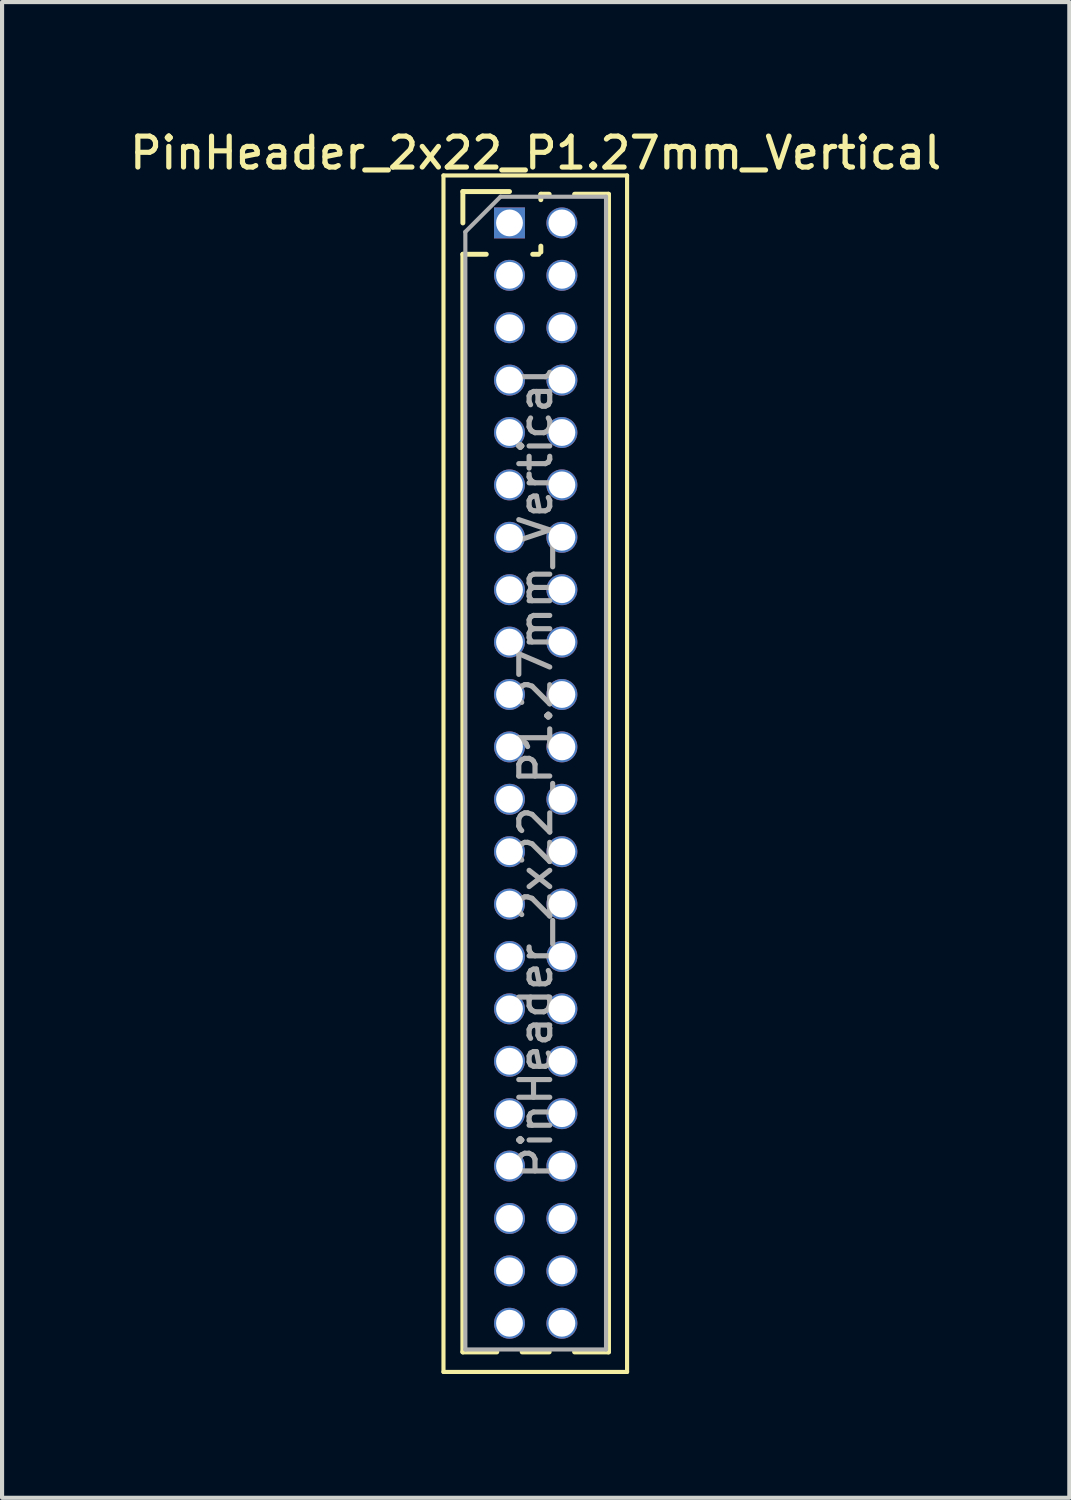
<source format=kicad_pcb>
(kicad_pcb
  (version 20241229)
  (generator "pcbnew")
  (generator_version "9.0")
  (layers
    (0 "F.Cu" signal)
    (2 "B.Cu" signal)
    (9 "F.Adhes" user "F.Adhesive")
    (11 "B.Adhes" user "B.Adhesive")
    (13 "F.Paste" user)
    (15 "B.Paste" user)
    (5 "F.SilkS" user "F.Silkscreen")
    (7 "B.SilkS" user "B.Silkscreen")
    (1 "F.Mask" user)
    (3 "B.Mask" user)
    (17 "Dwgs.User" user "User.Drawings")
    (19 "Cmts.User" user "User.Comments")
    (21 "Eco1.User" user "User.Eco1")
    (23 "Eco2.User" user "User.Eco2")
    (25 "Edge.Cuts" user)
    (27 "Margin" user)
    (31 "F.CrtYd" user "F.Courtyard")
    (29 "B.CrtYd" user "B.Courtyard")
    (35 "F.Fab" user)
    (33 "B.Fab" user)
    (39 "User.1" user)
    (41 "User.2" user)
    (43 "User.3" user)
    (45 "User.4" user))
  (footprint "PinHeader_2x22_P1.27mm_Vertical"
    (layer "F.Cu")
    (at 9.299 2.353)
    (property "Reference" "PinHeader_2x22_P1.27mm_Vertical" (at 0.635 -1.695 0) (layer "F.SilkS") (effects (font (size 0.75 0.75) (thickness 0.125))))
    (attr through_hole)
    (fp_line (start -1.6 -1.15) (end -1.6 27.85) (stroke (width 0.1) (type solid)) (layer "F.SilkS"))
    (fp_line (start -1.6 27.85) (end 2.85 27.85) (stroke (width 0.1) (type solid)) (layer "F.SilkS"))
    (fp_line (start -1.13 -0.76) (end 0 -0.76) (stroke (width 0.12) (type solid)) (layer "F.SilkS"))
    (fp_line (start -1.13 0) (end -1.13 -0.76) (stroke (width 0.12) (type solid)) (layer "F.SilkS"))
    (fp_line (start -1.13 0.76) (end -1.13 27.365) (stroke (width 0.12) (type solid)) (layer "F.SilkS"))
    (fp_line (start -1.13 0.76) (end -0.563 0.76) (stroke (width 0.12) (type solid)) (layer "F.SilkS"))
    (fp_line (start -1.13 27.365) (end -0.308 27.365) (stroke (width 0.12) (type solid)) (layer "F.SilkS"))
    (fp_line (start 0.308 27.365) (end 0.962 27.365) (stroke (width 0.12) (type solid)) (layer "F.SilkS"))
    (fp_line (start 0.563 0.76) (end 0.707 0.76) (stroke (width 0.12) (type solid)) (layer "F.SilkS"))
    (fp_line (start 0.76 -0.695) (end 0.962 -0.695) (stroke (width 0.12) (type solid)) (layer "F.SilkS"))
    (fp_line (start 0.76 -0.563) (end 0.76 -0.695) (stroke (width 0.12) (type solid)) (layer "F.SilkS"))
    (fp_line (start 0.76 0.707) (end 0.76 0.563) (stroke (width 0.12) (type solid)) (layer "F.SilkS"))
    (fp_line (start 1.578 -0.695) (end 2.4 -0.695) (stroke (width 0.12) (type solid)) (layer "F.SilkS"))
    (fp_line (start 1.578 27.365) (end 2.4 27.365) (stroke (width 0.12) (type solid)) (layer "F.SilkS"))
    (fp_line (start 2.4 -0.695) (end 2.4 27.365) (stroke (width 0.12) (type solid)) (layer "F.SilkS"))
    (fp_line (start 2.85 -1.15) (end -1.6 -1.15) (stroke (width 0.1) (type solid)) (layer "F.SilkS"))
    (fp_line (start 2.85 27.85) (end 2.85 -1.15) (stroke (width 0.1) (type solid)) (layer "F.SilkS"))
    (fp_line (start -1.07 0.217) (end -0.217 -0.635) (stroke (width 0.1) (type solid)) (layer "F.Fab"))
    (fp_line (start -1.07 27.305) (end -1.07 0.217) (stroke (width 0.1) (type solid)) (layer "F.Fab"))
    (fp_line (start -0.217 -0.635) (end 2.34 -0.635) (stroke (width 0.1) (type solid)) (layer "F.Fab"))
    (fp_line (start 2.34 -0.635) (end 2.34 27.305) (stroke (width 0.1) (type solid)) (layer "F.Fab"))
    (fp_line (start 2.34 27.305) (end -1.07 27.305) (stroke (width 0.1) (type solid)) (layer "F.Fab"))
    (fp_text user "${REFERENCE}" (at 0.635 13.335 90) (layer "F.Fab") (effects (font (size 0.75 0.75) (thickness 0.125))))
    (pad "1" thru_hole rect (at 0 0) (size 0.75 0.75) (drill 0.65) (layers "*.Cu" "*.Mask"))
    (pad "2" thru_hole oval (at 1.27 0) (size 0.75 0.75) (drill 0.65) (layers "*.Cu" "*.Mask"))
    (pad "3" thru_hole oval (at 0 1.27) (size 0.75 0.75) (drill 0.65) (layers "*.Cu" "*.Mask"))
    (pad "4" thru_hole oval (at 1.27 1.27) (size 0.75 0.75) (drill 0.65) (layers "*.Cu" "*.Mask"))
    (pad "5" thru_hole oval (at 0 2.54) (size 0.75 0.75) (drill 0.65) (layers "*.Cu" "*.Mask"))
    (pad "6" thru_hole oval (at 1.27 2.54) (size 0.75 0.75) (drill 0.65) (layers "*.Cu" "*.Mask"))
    (pad "7" thru_hole oval (at 0 3.81) (size 0.75 0.75) (drill 0.65) (layers "*.Cu" "*.Mask"))
    (pad "8" thru_hole oval (at 1.27 3.81) (size 0.75 0.75) (drill 0.65) (layers "*.Cu" "*.Mask"))
    (pad "9" thru_hole oval (at 0 5.08) (size 0.75 0.75) (drill 0.65) (layers "*.Cu" "*.Mask"))
    (pad "10" thru_hole oval (at 1.27 5.08) (size 0.75 0.75) (drill 0.65) (layers "*.Cu" "*.Mask"))
    (pad "11" thru_hole oval (at 0 6.35) (size 0.75 0.75) (drill 0.65) (layers "*.Cu" "*.Mask"))
    (pad "12" thru_hole oval (at 1.27 6.35) (size 0.75 0.75) (drill 0.65) (layers "*.Cu" "*.Mask"))
    (pad "13" thru_hole oval (at 0 7.62) (size 0.75 0.75) (drill 0.65) (layers "*.Cu" "*.Mask"))
    (pad "14" thru_hole oval (at 1.27 7.62) (size 0.75 0.75) (drill 0.65) (layers "*.Cu" "*.Mask"))
    (pad "15" thru_hole oval (at 0 8.89) (size 0.75 0.75) (drill 0.65) (layers "*.Cu" "*.Mask"))
    (pad "16" thru_hole oval (at 1.27 8.89) (size 0.75 0.75) (drill 0.65) (layers "*.Cu" "*.Mask"))
    (pad "17" thru_hole oval (at 0 10.16) (size 0.75 0.75) (drill 0.65) (layers "*.Cu" "*.Mask"))
    (pad "18" thru_hole oval (at 1.27 10.16) (size 0.75 0.75) (drill 0.65) (layers "*.Cu" "*.Mask"))
    (pad "19" thru_hole oval (at 0 11.43) (size 0.75 0.75) (drill 0.65) (layers "*.Cu" "*.Mask"))
    (pad "20" thru_hole oval (at 1.27 11.43) (size 0.75 0.75) (drill 0.65) (layers "*.Cu" "*.Mask"))
    (pad "21" thru_hole oval (at 0 12.7) (size 0.75 0.75) (drill 0.65) (layers "*.Cu" "*.Mask"))
    (pad "22" thru_hole oval (at 1.27 12.7) (size 0.75 0.75) (drill 0.65) (layers "*.Cu" "*.Mask"))
    (pad "23" thru_hole oval (at 0 13.97) (size 0.75 0.75) (drill 0.65) (layers "*.Cu" "*.Mask"))
    (pad "24" thru_hole oval (at 1.27 13.97) (size 0.75 0.75) (drill 0.65) (layers "*.Cu" "*.Mask"))
    (pad "25" thru_hole oval (at 0 15.24) (size 0.75 0.75) (drill 0.65) (layers "*.Cu" "*.Mask"))
    (pad "26" thru_hole oval (at 1.27 15.24) (size 0.75 0.75) (drill 0.65) (layers "*.Cu" "*.Mask"))
    (pad "27" thru_hole oval (at 0 16.51) (size 0.75 0.75) (drill 0.65) (layers "*.Cu" "*.Mask"))
    (pad "28" thru_hole oval (at 1.27 16.51) (size 0.75 0.75) (drill 0.65) (layers "*.Cu" "*.Mask"))
    (pad "29" thru_hole oval (at 0 17.78) (size 0.75 0.75) (drill 0.65) (layers "*.Cu" "*.Mask"))
    (pad "30" thru_hole oval (at 1.27 17.78) (size 0.75 0.75) (drill 0.65) (layers "*.Cu" "*.Mask"))
    (pad "31" thru_hole oval (at 0 19.05) (size 0.75 0.75) (drill 0.65) (layers "*.Cu" "*.Mask"))
    (pad "32" thru_hole oval (at 1.27 19.05) (size 0.75 0.75) (drill 0.65) (layers "*.Cu" "*.Mask"))
    (pad "33" thru_hole oval (at 0 20.32) (size 0.75 0.75) (drill 0.65) (layers "*.Cu" "*.Mask"))
    (pad "34" thru_hole oval (at 1.27 20.32) (size 0.75 0.75) (drill 0.65) (layers "*.Cu" "*.Mask"))
    (pad "35" thru_hole oval (at 0 21.59) (size 0.75 0.75) (drill 0.65) (layers "*.Cu" "*.Mask"))
    (pad "36" thru_hole oval (at 1.27 21.59) (size 0.75 0.75) (drill 0.65) (layers "*.Cu" "*.Mask"))
    (pad "37" thru_hole oval (at 0 22.86) (size 0.75 0.75) (drill 0.65) (layers "*.Cu" "*.Mask"))
    (pad "38" thru_hole oval (at 1.27 22.86) (size 0.75 0.75) (drill 0.65) (layers "*.Cu" "*.Mask"))
    (pad "39" thru_hole oval (at 0 24.13) (size 0.75 0.75) (drill 0.65) (layers "*.Cu" "*.Mask"))
    (pad "40" thru_hole oval (at 1.27 24.13) (size 0.75 0.75) (drill 0.65) (layers "*.Cu" "*.Mask"))
    (pad "41" thru_hole oval (at 0 25.4) (size 0.75 0.75) (drill 0.65) (layers "*.Cu" "*.Mask"))
    (pad "42" thru_hole oval (at 1.27 25.4) (size 0.75 0.75) (drill 0.65) (layers "*.Cu" "*.Mask"))
    (pad "43" thru_hole oval (at 0 26.67) (size 0.75 0.75) (drill 0.65) (layers "*.Cu" "*.Mask"))
    (pad "44" thru_hole oval (at 1.27 26.67) (size 0.75 0.75) (drill 0.65) (layers "*.Cu" "*.Mask")))
  (gr_rect
    (start -3 -3)
    (end 22.868 33.253)
    (stroke (width 0.1) (type default))
    (fill no)
    (layer "Edge.Cuts")))
</source>
